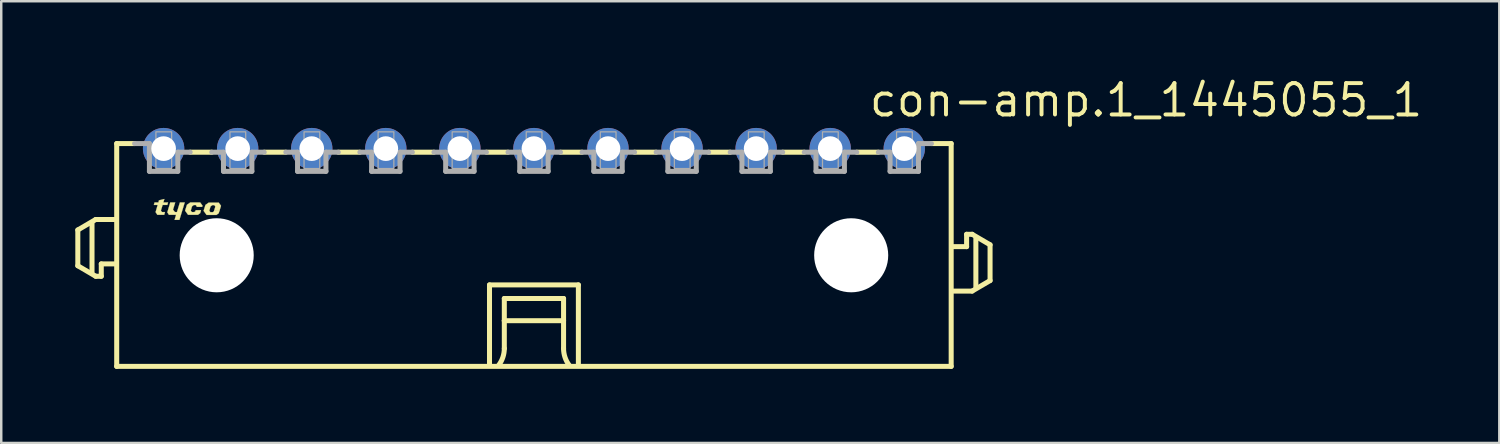
<source format=kicad_pcb>
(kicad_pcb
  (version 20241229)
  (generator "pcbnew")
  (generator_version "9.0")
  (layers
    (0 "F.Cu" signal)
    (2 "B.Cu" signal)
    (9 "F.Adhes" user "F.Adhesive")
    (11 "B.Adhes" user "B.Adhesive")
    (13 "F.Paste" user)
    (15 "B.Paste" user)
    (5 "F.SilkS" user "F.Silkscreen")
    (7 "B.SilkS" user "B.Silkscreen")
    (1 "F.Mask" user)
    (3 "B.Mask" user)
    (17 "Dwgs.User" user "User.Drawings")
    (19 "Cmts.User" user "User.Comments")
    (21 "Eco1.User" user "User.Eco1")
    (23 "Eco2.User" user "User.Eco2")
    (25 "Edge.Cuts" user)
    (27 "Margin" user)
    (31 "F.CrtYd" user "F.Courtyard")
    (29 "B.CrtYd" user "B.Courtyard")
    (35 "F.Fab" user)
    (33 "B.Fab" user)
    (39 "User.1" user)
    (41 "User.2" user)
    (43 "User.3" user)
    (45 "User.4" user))
  (footprint "con-amp.1_1445055_1"
    (layer "F.Cu")
    (at 18.577 7.29)
    (property "Reference" "con-amp.1_1445055_1" (at 13.5 -5.54 0) (layer "F.SilkS") (effects (font (size 1.27 1.27) (thickness 0.16)) (justify left bottom)))
    (attr through_hole)
    (fp_line (start -18.475 -1.025) (end -18.475 0.425) (stroke (width 0.203) (type default)) (layer "F.SilkS"))
    (fp_line (start -18.475 0.425) (end -17.75 0.85) (stroke (width 0.203) (type default)) (layer "F.SilkS"))
    (fp_line (start -17.9 0.7) (end -17.9 -1.3) (stroke (width 0.203) (type default)) (layer "F.SilkS"))
    (fp_line (start -17.75 -1.45) (end -18.475 -1.025) (stroke (width 0.203) (type default)) (layer "F.SilkS"))
    (fp_line (start -17.75 0.85) (end -17.525 0.85) (stroke (width 0.203) (type default)) (layer "F.SilkS"))
    (fp_line (start -17.525 0.35) (end -17 0.35) (stroke (width 0.203) (type default)) (layer "F.SilkS"))
    (fp_line (start -17.525 0.85) (end -17.525 0.35) (stroke (width 0.203) (type default)) (layer "F.SilkS"))
    (fp_line (start -17 -1.45) (end -17.75 -1.45) (stroke (width 0.203) (type default)) (layer "F.SilkS"))
    (fp_line (start -16.9 -4.525) (end -16.9 4.5) (stroke (width 0.203) (type default)) (layer "F.SilkS"))
    (fp_line (start -16.9 -4.525) (end -16.175 -4.525) (stroke (width 0.203) (type default)) (layer "F.SilkS"))
    (fp_line (start -16.9 4.5) (end 16.9 4.5) (stroke (width 0.203) (type default)) (layer "F.SilkS"))
    (fp_line (start -13.05 -4.175) (end -13.925 -4.175) (stroke (width 0.203) (type default)) (layer "F.SilkS"))
    (fp_line (start -10.05 -4.175) (end -10.925 -4.175) (stroke (width 0.203) (type default)) (layer "F.SilkS"))
    (fp_line (start -7.05 -4.175) (end -7.925 -4.175) (stroke (width 0.203) (type default)) (layer "F.SilkS"))
    (fp_line (start -4.05 -4.175) (end -4.925 -4.175) (stroke (width 0.203) (type default)) (layer "F.SilkS"))
    (fp_line (start -1.8 1.2) (end 1.8 1.2) (stroke (width 0.203) (type default)) (layer "F.SilkS"))
    (fp_line (start -1.8 4.4) (end -1.8 1.2) (stroke (width 0.203) (type default)) (layer "F.SilkS"))
    (fp_line (start -1.2 1.75) (end -1.2 2.65) (stroke (width 0.203) (type default)) (layer "F.SilkS"))
    (fp_line (start -1.2 2.65) (end -1.2 3.775) (stroke (width 0.203) (type default)) (layer "F.SilkS"))
    (fp_line (start -1.2 2.65) (end 1.2 2.65) (stroke (width 0.203) (type default)) (layer "F.SilkS"))
    (fp_line (start -1.05 -4.175) (end -1.925 -4.175) (stroke (width 0.203) (type default)) (layer "F.SilkS"))
    (fp_line (start 1.2 1.75) (end -1.2 1.75) (stroke (width 0.203) (type default)) (layer "F.SilkS"))
    (fp_line (start 1.2 2.65) (end 1.2 1.75) (stroke (width 0.203) (type default)) (layer "F.SilkS"))
    (fp_line (start 1.2 2.65) (end 1.2 3.775) (stroke (width 0.203) (type default)) (layer "F.SilkS"))
    (fp_line (start 1.8 1.2) (end 1.8 4.4) (stroke (width 0.203) (type default)) (layer "F.SilkS"))
    (fp_line (start 1.95 -4.175) (end 1.075 -4.175) (stroke (width 0.203) (type default)) (layer "F.SilkS"))
    (fp_line (start 4.95 -4.175) (end 4.075 -4.175) (stroke (width 0.203) (type default)) (layer "F.SilkS"))
    (fp_line (start 7.95 -4.175) (end 7.075 -4.175) (stroke (width 0.203) (type default)) (layer "F.SilkS"))
    (fp_line (start 10.95 -4.175) (end 10.075 -4.175) (stroke (width 0.203) (type default)) (layer "F.SilkS"))
    (fp_line (start 13.95 -4.175) (end 13.075 -4.175) (stroke (width 0.203) (type default)) (layer "F.SilkS"))
    (fp_line (start 16.9 -4.525) (end 16.1 -4.525) (stroke (width 0.203) (type default)) (layer "F.SilkS"))
    (fp_line (start 16.9 4.5) (end 16.9 -4.525) (stroke (width 0.203) (type default)) (layer "F.SilkS"))
    (fp_line (start 17 1.45) (end 17.75 1.45) (stroke (width 0.203) (type default)) (layer "F.SilkS"))
    (fp_line (start 17.525 -0.85) (end 17.525 -0.35) (stroke (width 0.203) (type default)) (layer "F.SilkS"))
    (fp_line (start 17.525 -0.35) (end 17 -0.35) (stroke (width 0.203) (type default)) (layer "F.SilkS"))
    (fp_line (start 17.75 -0.85) (end 17.525 -0.85) (stroke (width 0.203) (type default)) (layer "F.SilkS"))
    (fp_line (start 17.75 1.45) (end 18.475 1.025) (stroke (width 0.203) (type default)) (layer "F.SilkS"))
    (fp_line (start 17.9 1.3) (end 17.9 -0.7) (stroke (width 0.203) (type default)) (layer "F.SilkS"))
    (fp_line (start 18.475 -0.425) (end 17.75 -0.85) (stroke (width 0.203) (type default)) (layer "F.SilkS"))
    (fp_line (start 18.475 1.025) (end 18.475 -0.425) (stroke (width 0.203) (type default)) (layer "F.SilkS"))
    (fp_arc (start -1.2 3.775) (mid -1.257731 4.130756) (end -1.425 4.45) (stroke (width 0.2032) (type default)) (layer "F.SilkS"))
    (fp_arc (start 1.425 4.45) (mid 1.257731 4.130756) (end 1.2 3.775) (stroke (width 0.2032) (type default)) (layer "F.SilkS"))
    (fp_poly (pts (xy -14.73 -2.14) (xy -14.53 -2.14) (xy -14.62 -1.845) (xy -14.54 -1.75) (xy -14.46 -1.75) (xy -14.34 -2.14) (xy -14.145 -2.14) (xy -14.36 -1.435) (xy -14.555 -1.435) (xy -14.495 -1.64) (xy -14.785 -1.64) (xy -14.85 -1.74)) (stroke (width 0.01) (type default)) (fill yes) (layer "F.SilkS"))
    (fp_poly (pts (xy -15.365 -2.14) (xy -15.21 -2.14) (xy -15.188 -2.225) (xy -14.97 -2.28) (xy -15.01 -2.14) (xy -14.82 -2.14) (xy -14.85 -2.04) (xy -15.04 -2.04) (xy -15.11 -1.81) (xy -15.065 -1.75) (xy -14.945 -1.75) (xy -14.975 -1.64) (xy -15.255 -1.64) (xy -15.325 -1.75) (xy -15.24 -2.04) (xy -15.395 -2.04)) (stroke (width 0.01) (type default)) (fill yes) (layer "F.SilkS"))
    (fp_poly (pts (xy -13.66 -1.96) (xy -13.44 -1.96) (xy -13.425 -2.01) (xy -13.52 -2.14) (xy -13.92 -2.14) (xy -14.055 -2.045) (xy -14.13 -1.805) (xy -14.01 -1.64) (xy -13.61 -1.64) (xy -13.52 -1.705) (xy -13.485 -1.825) (xy -13.7 -1.825) (xy -13.715 -1.78) (xy -13.76 -1.75) (xy -13.855 -1.75) (xy -13.9 -1.81) (xy -13.85 -1.98) (xy -13.78 -2.035) (xy -13.695 -2.035) (xy -13.655 -1.975)) (stroke (width 0.01) (type default)) (fill yes) (layer "F.SilkS"))
    (fp_poly (pts (xy -12.95 -1.825) (xy -12.73 -1.825) (xy -12.675 -2.005) (xy -12.77 -2.135) (xy -13.17 -2.135) (xy -13.305 -2.04) (xy -13.38 -1.8) (xy -13.26 -1.635) (xy -12.86 -1.635) (xy -12.77 -1.7) (xy -12.73 -1.825) (xy -12.95 -1.82) (xy -12.965 -1.775) (xy -13.01 -1.745) (xy -13.105 -1.745) (xy -13.15 -1.805) (xy -13.1 -1.975) (xy -13.03 -2.03) (xy -12.945 -2.03) (xy -12.905 -1.97)) (stroke (width 0.01) (type default)) (fill yes) (layer "F.SilkS"))
    (fp_line (start -15.575 -4.525) (end -16.175 -4.525) (stroke (width 0.203) (type default)) (layer "F.Fab"))
    (fp_line (start -15.575 -3.4) (end -15.575 -4.525) (stroke (width 0.203) (type default)) (layer "F.Fab"))
    (fp_line (start -14.425 -4.175) (end -14.425 -3.4) (stroke (width 0.203) (type default)) (layer "F.Fab"))
    (fp_line (start -14.425 -3.4) (end -15.575 -3.4) (stroke (width 0.203) (type default)) (layer "F.Fab"))
    (fp_line (start -13.925 -4.175) (end -14.425 -4.175) (stroke (width 0.203) (type default)) (layer "F.Fab"))
    (fp_line (start -12.575 -4.175) (end -13.05 -4.175) (stroke (width 0.203) (type default)) (layer "F.Fab"))
    (fp_line (start -12.575 -3.4) (end -12.575 -4.175) (stroke (width 0.203) (type default)) (layer "F.Fab"))
    (fp_line (start -11.425 -4.175) (end -11.425 -3.4) (stroke (width 0.203) (type default)) (layer "F.Fab"))
    (fp_line (start -11.425 -3.4) (end -12.575 -3.4) (stroke (width 0.203) (type default)) (layer "F.Fab"))
    (fp_line (start -10.925 -4.175) (end -11.425 -4.175) (stroke (width 0.203) (type default)) (layer "F.Fab"))
    (fp_line (start -9.575 -4.175) (end -10.05 -4.175) (stroke (width 0.203) (type default)) (layer "F.Fab"))
    (fp_line (start -9.575 -3.4) (end -9.575 -4.175) (stroke (width 0.203) (type default)) (layer "F.Fab"))
    (fp_line (start -8.425 -4.175) (end -8.425 -3.4) (stroke (width 0.203) (type default)) (layer "F.Fab"))
    (fp_line (start -8.425 -3.4) (end -9.575 -3.4) (stroke (width 0.203) (type default)) (layer "F.Fab"))
    (fp_line (start -7.925 -4.175) (end -8.425 -4.175) (stroke (width 0.203) (type default)) (layer "F.Fab"))
    (fp_line (start -6.575 -4.175) (end -7.05 -4.175) (stroke (width 0.203) (type default)) (layer "F.Fab"))
    (fp_line (start -6.575 -3.4) (end -6.575 -4.175) (stroke (width 0.203) (type default)) (layer "F.Fab"))
    (fp_line (start -5.425 -4.175) (end -5.425 -3.4) (stroke (width 0.203) (type default)) (layer "F.Fab"))
    (fp_line (start -5.425 -3.4) (end -6.575 -3.4) (stroke (width 0.203) (type default)) (layer "F.Fab"))
    (fp_line (start -4.925 -4.175) (end -5.425 -4.175) (stroke (width 0.203) (type default)) (layer "F.Fab"))
    (fp_line (start -3.575 -4.175) (end -4.05 -4.175) (stroke (width 0.203) (type default)) (layer "F.Fab"))
    (fp_line (start -3.575 -3.4) (end -3.575 -4.175) (stroke (width 0.203) (type default)) (layer "F.Fab"))
    (fp_line (start -2.425 -4.175) (end -2.425 -3.4) (stroke (width 0.203) (type default)) (layer "F.Fab"))
    (fp_line (start -2.425 -3.4) (end -3.575 -3.4) (stroke (width 0.203) (type default)) (layer "F.Fab"))
    (fp_line (start -1.925 -4.175) (end -2.425 -4.175) (stroke (width 0.203) (type default)) (layer "F.Fab"))
    (fp_line (start -0.575 -4.175) (end -1.05 -4.175) (stroke (width 0.203) (type default)) (layer "F.Fab"))
    (fp_line (start -0.575 -3.4) (end -0.575 -4.175) (stroke (width 0.203) (type default)) (layer "F.Fab"))
    (fp_line (start 0.575 -4.175) (end 0.575 -3.4) (stroke (width 0.203) (type default)) (layer "F.Fab"))
    (fp_line (start 0.575 -3.4) (end -0.575 -3.4) (stroke (width 0.203) (type default)) (layer "F.Fab"))
    (fp_line (start 1.075 -4.175) (end 0.575 -4.175) (stroke (width 0.203) (type default)) (layer "F.Fab"))
    (fp_line (start 2.425 -4.175) (end 1.95 -4.175) (stroke (width 0.203) (type default)) (layer "F.Fab"))
    (fp_line (start 2.425 -3.4) (end 2.425 -4.175) (stroke (width 0.203) (type default)) (layer "F.Fab"))
    (fp_line (start 3.575 -4.175) (end 3.575 -3.4) (stroke (width 0.203) (type default)) (layer "F.Fab"))
    (fp_line (start 3.575 -3.4) (end 2.425 -3.4) (stroke (width 0.203) (type default)) (layer "F.Fab"))
    (fp_line (start 4.075 -4.175) (end 3.575 -4.175) (stroke (width 0.203) (type default)) (layer "F.Fab"))
    (fp_line (start 5.425 -4.175) (end 4.95 -4.175) (stroke (width 0.203) (type default)) (layer "F.Fab"))
    (fp_line (start 5.425 -3.4) (end 5.425 -4.175) (stroke (width 0.203) (type default)) (layer "F.Fab"))
    (fp_line (start 6.575 -4.175) (end 6.575 -3.4) (stroke (width 0.203) (type default)) (layer "F.Fab"))
    (fp_line (start 6.575 -3.4) (end 5.425 -3.4) (stroke (width 0.203) (type default)) (layer "F.Fab"))
    (fp_line (start 7.075 -4.175) (end 6.575 -4.175) (stroke (width 0.203) (type default)) (layer "F.Fab"))
    (fp_line (start 8.425 -4.175) (end 7.95 -4.175) (stroke (width 0.203) (type default)) (layer "F.Fab"))
    (fp_line (start 8.425 -3.4) (end 8.425 -4.175) (stroke (width 0.203) (type default)) (layer "F.Fab"))
    (fp_line (start 9.575 -4.175) (end 9.575 -3.4) (stroke (width 0.203) (type default)) (layer "F.Fab"))
    (fp_line (start 9.575 -3.4) (end 8.425 -3.4) (stroke (width 0.203) (type default)) (layer "F.Fab"))
    (fp_line (start 10.075 -4.175) (end 9.575 -4.175) (stroke (width 0.203) (type default)) (layer "F.Fab"))
    (fp_line (start 11.425 -4.175) (end 10.95 -4.175) (stroke (width 0.203) (type default)) (layer "F.Fab"))
    (fp_line (start 11.425 -3.4) (end 11.425 -4.175) (stroke (width 0.203) (type default)) (layer "F.Fab"))
    (fp_line (start 12.575 -4.175) (end 12.575 -3.4) (stroke (width 0.203) (type default)) (layer "F.Fab"))
    (fp_line (start 12.575 -3.4) (end 11.425 -3.4) (stroke (width 0.203) (type default)) (layer "F.Fab"))
    (fp_line (start 13.075 -4.175) (end 12.575 -4.175) (stroke (width 0.203) (type default)) (layer "F.Fab"))
    (fp_line (start 14.425 -4.175) (end 13.95 -4.175) (stroke (width 0.203) (type default)) (layer "F.Fab"))
    (fp_line (start 14.425 -3.4) (end 14.425 -4.175) (stroke (width 0.203) (type default)) (layer "F.Fab"))
    (fp_line (start 15.575 -4.525) (end 15.575 -3.4) (stroke (width 0.203) (type default)) (layer "F.Fab"))
    (fp_line (start 15.575 -3.4) (end 14.425 -3.4) (stroke (width 0.203) (type default)) (layer "F.Fab"))
    (fp_line (start 16.1 -4.525) (end 15.575 -4.525) (stroke (width 0.203) (type default)) (layer "F.Fab"))
    (fp_rect (start -15.312 -3.513) (end -14.675 -5) (stroke (width 0.05) (type default)) (fill no) (layer "F.Fab"))
    (fp_rect (start -12.312 -3.513) (end -11.675 -5) (stroke (width 0.05) (type default)) (fill no) (layer "F.Fab"))
    (fp_rect (start -9.312 -3.513) (end -8.675 -5) (stroke (width 0.05) (type default)) (fill no) (layer "F.Fab"))
    (fp_rect (start -6.312 -3.513) (end -5.675 -5) (stroke (width 0.05) (type default)) (fill no) (layer "F.Fab"))
    (fp_rect (start -3.312 -3.513) (end -2.675 -5) (stroke (width 0.05) (type default)) (fill no) (layer "F.Fab"))
    (fp_rect (start -0.312 -3.513) (end 0.325 -5) (stroke (width 0.05) (type default)) (fill no) (layer "F.Fab"))
    (fp_rect (start 2.688 -3.513) (end 3.325 -5) (stroke (width 0.05) (type default)) (fill no) (layer "F.Fab"))
    (fp_rect (start 5.688 -3.513) (end 6.325 -5) (stroke (width 0.05) (type default)) (fill no) (layer "F.Fab"))
    (fp_rect (start 8.688 -3.513) (end 9.325 -5) (stroke (width 0.05) (type default)) (fill no) (layer "F.Fab"))
    (fp_rect (start 11.688 -3.513) (end 12.325 -5) (stroke (width 0.05) (type default)) (fill no) (layer "F.Fab"))
    (fp_rect (start 14.688 -3.513) (end 15.325 -5) (stroke (width 0.05) (type default)) (fill no) (layer "F.Fab"))
    (pad "" np_thru_hole circle (at -12.85 0) (size 3 3) (drill 3) (layers "*.Cu" "*.Mask"))
    (pad "" np_thru_hole circle (at 12.85 0) (size 3 3) (drill 3) (layers "*.Cu" "*.Mask"))
    (pad "1" thru_hole circle (at 15 -4.32) (size 1.676 1.676) (drill 1) (layers "*.Cu" "*.Mask"))
    (pad "2" thru_hole circle (at 12 -4.32) (size 1.676 1.676) (drill 1) (layers "*.Cu" "*.Mask"))
    (pad "3" thru_hole circle (at 9 -4.32) (size 1.676 1.676) (drill 1) (layers "*.Cu" "*.Mask"))
    (pad "4" thru_hole circle (at 6 -4.32) (size 1.676 1.676) (drill 1) (layers "*.Cu" "*.Mask"))
    (pad "5" thru_hole circle (at 3 -4.32) (size 1.676 1.676) (drill 1) (layers "*.Cu" "*.Mask"))
    (pad "6" thru_hole circle (at 0 -4.32) (size 1.676 1.676) (drill 1) (layers "*.Cu" "*.Mask"))
    (pad "7" thru_hole circle (at -3 -4.32) (size 1.676 1.676) (drill 1) (layers "*.Cu" "*.Mask"))
    (pad "8" thru_hole circle (at -6 -4.32) (size 1.676 1.676) (drill 1) (layers "*.Cu" "*.Mask"))
    (pad "9" thru_hole circle (at -9 -4.32) (size 1.676 1.676) (drill 1) (layers "*.Cu" "*.Mask"))
    (pad "10" thru_hole circle (at -12 -4.32) (size 1.676 1.676) (drill 1) (layers "*.Cu" "*.Mask"))
    (pad "11" thru_hole circle (at -15 -4.32) (size 1.676 1.676) (drill 1) (layers "*.Cu" "*.Mask")))
  (gr_rect
    (start -3 -3)
    (end 57.679 14.892)
    (stroke (width 0.1) (type default))
    (fill no)
    (layer "Edge.Cuts")))
</source>
